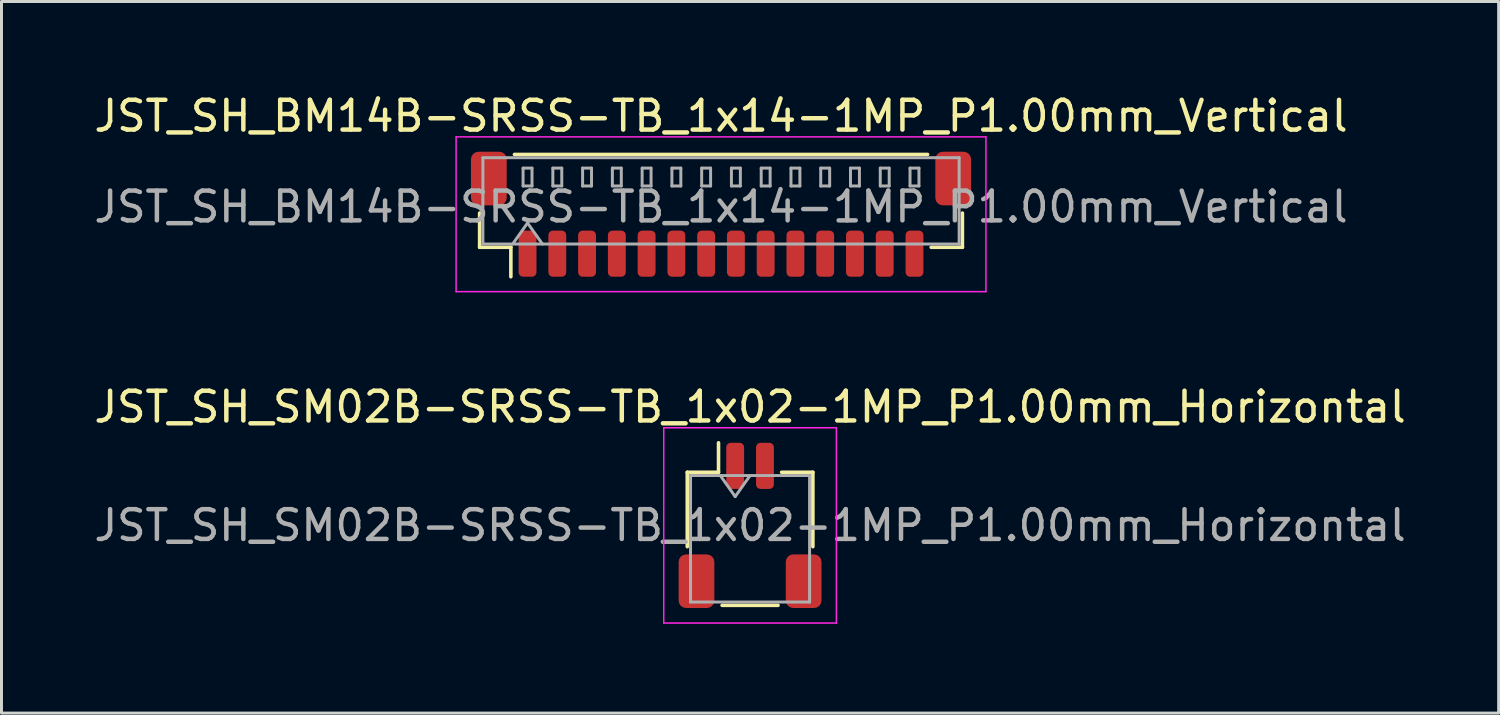
<source format=kicad_pcb>
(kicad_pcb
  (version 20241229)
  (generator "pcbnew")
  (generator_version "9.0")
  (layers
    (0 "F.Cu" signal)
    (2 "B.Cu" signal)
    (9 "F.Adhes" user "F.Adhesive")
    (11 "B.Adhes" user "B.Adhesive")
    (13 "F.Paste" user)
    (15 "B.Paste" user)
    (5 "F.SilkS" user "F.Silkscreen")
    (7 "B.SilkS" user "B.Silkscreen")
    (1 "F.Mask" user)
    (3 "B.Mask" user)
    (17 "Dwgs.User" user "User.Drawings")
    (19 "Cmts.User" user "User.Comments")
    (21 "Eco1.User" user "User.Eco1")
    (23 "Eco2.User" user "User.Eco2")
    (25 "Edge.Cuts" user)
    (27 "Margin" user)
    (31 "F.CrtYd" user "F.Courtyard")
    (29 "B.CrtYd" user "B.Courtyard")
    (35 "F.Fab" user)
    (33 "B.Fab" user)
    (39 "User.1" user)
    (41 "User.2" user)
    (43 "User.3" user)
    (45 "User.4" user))
  (footprint "JST_SH_BM14B-SRSS-TB_1x14-1MP_P1.00mm_Vertical"
    (layer "F.Cu")
    (at 21.173 4.148)
    (property "Reference" "JST_SH_BM14B-SRSS-TB_1x14-1MP_P1.00mm_Vertical" (at 0 -3.3 0) (layer "F.SilkS") (effects (font (size 1 1) (thickness 0.15))))
    (attr smd)
    (fp_line (start -8.11 -0.04) (end -8.11 1.11) (stroke (width 0.12) (type solid)) (layer "F.SilkS"))
    (fp_line (start -8.11 1.11) (end -7.06 1.11) (stroke (width 0.12) (type solid)) (layer "F.SilkS"))
    (fp_line (start -7.06 1.11) (end -7.06 2.1) (stroke (width 0.12) (type solid)) (layer "F.SilkS"))
    (fp_line (start -6.94 -2.01) (end 6.94 -2.01) (stroke (width 0.12) (type solid)) (layer "F.SilkS"))
    (fp_line (start 8.11 -0.04) (end 8.11 1.11) (stroke (width 0.12) (type solid)) (layer "F.SilkS"))
    (fp_line (start 8.11 1.11) (end 7.06 1.11) (stroke (width 0.12) (type solid)) (layer "F.SilkS"))
    (fp_line (start -8.9 -2.6) (end -8.9 2.6) (stroke (width 0.05) (type solid)) (layer "F.CrtYd"))
    (fp_line (start -8.9 2.6) (end 8.9 2.6) (stroke (width 0.05) (type solid)) (layer "F.CrtYd"))
    (fp_line (start 8.9 -2.6) (end -8.9 -2.6) (stroke (width 0.05) (type solid)) (layer "F.CrtYd"))
    (fp_line (start 8.9 2.6) (end 8.9 -2.6) (stroke (width 0.05) (type solid)) (layer "F.CrtYd"))
    (fp_line (start -8 -1.9) (end 8 -1.9) (stroke (width 0.1) (type solid)) (layer "F.Fab"))
    (fp_line (start -8 1) (end -8 -1.9) (stroke (width 0.1) (type solid)) (layer "F.Fab"))
    (fp_line (start -8 1) (end 8 1) (stroke (width 0.1) (type solid)) (layer "F.Fab"))
    (fp_line (start -7 1) (end -6.5 0.293) (stroke (width 0.1) (type solid)) (layer "F.Fab"))
    (fp_line (start -6.65 -1.55) (end -6.65 -0.95) (stroke (width 0.1) (type solid)) (layer "F.Fab"))
    (fp_line (start -6.65 -0.95) (end -6.35 -0.95) (stroke (width 0.1) (type solid)) (layer "F.Fab"))
    (fp_line (start -6.5 0.293) (end -6 1) (stroke (width 0.1) (type solid)) (layer "F.Fab"))
    (fp_line (start -6.35 -1.55) (end -6.65 -1.55) (stroke (width 0.1) (type solid)) (layer "F.Fab"))
    (fp_line (start -6.35 -0.95) (end -6.35 -1.55) (stroke (width 0.1) (type solid)) (layer "F.Fab"))
    (fp_line (start -5.65 -1.55) (end -5.65 -0.95) (stroke (width 0.1) (type solid)) (layer "F.Fab"))
    (fp_line (start -5.65 -0.95) (end -5.35 -0.95) (stroke (width 0.1) (type solid)) (layer "F.Fab"))
    (fp_line (start -5.35 -1.55) (end -5.65 -1.55) (stroke (width 0.1) (type solid)) (layer "F.Fab"))
    (fp_line (start -5.35 -0.95) (end -5.35 -1.55) (stroke (width 0.1) (type solid)) (layer "F.Fab"))
    (fp_line (start -4.65 -1.55) (end -4.65 -0.95) (stroke (width 0.1) (type solid)) (layer "F.Fab"))
    (fp_line (start -4.65 -0.95) (end -4.35 -0.95) (stroke (width 0.1) (type solid)) (layer "F.Fab"))
    (fp_line (start -4.35 -1.55) (end -4.65 -1.55) (stroke (width 0.1) (type solid)) (layer "F.Fab"))
    (fp_line (start -4.35 -0.95) (end -4.35 -1.55) (stroke (width 0.1) (type solid)) (layer "F.Fab"))
    (fp_line (start -3.65 -1.55) (end -3.65 -0.95) (stroke (width 0.1) (type solid)) (layer "F.Fab"))
    (fp_line (start -3.65 -0.95) (end -3.35 -0.95) (stroke (width 0.1) (type solid)) (layer "F.Fab"))
    (fp_line (start -3.35 -1.55) (end -3.65 -1.55) (stroke (width 0.1) (type solid)) (layer "F.Fab"))
    (fp_line (start -3.35 -0.95) (end -3.35 -1.55) (stroke (width 0.1) (type solid)) (layer "F.Fab"))
    (fp_line (start -2.65 -1.55) (end -2.65 -0.95) (stroke (width 0.1) (type solid)) (layer "F.Fab"))
    (fp_line (start -2.65 -0.95) (end -2.35 -0.95) (stroke (width 0.1) (type solid)) (layer "F.Fab"))
    (fp_line (start -2.35 -1.55) (end -2.65 -1.55) (stroke (width 0.1) (type solid)) (layer "F.Fab"))
    (fp_line (start -2.35 -0.95) (end -2.35 -1.55) (stroke (width 0.1) (type solid)) (layer "F.Fab"))
    (fp_line (start -1.65 -1.55) (end -1.65 -0.95) (stroke (width 0.1) (type solid)) (layer "F.Fab"))
    (fp_line (start -1.65 -0.95) (end -1.35 -0.95) (stroke (width 0.1) (type solid)) (layer "F.Fab"))
    (fp_line (start -1.35 -1.55) (end -1.65 -1.55) (stroke (width 0.1) (type solid)) (layer "F.Fab"))
    (fp_line (start -1.35 -0.95) (end -1.35 -1.55) (stroke (width 0.1) (type solid)) (layer "F.Fab"))
    (fp_line (start -0.65 -1.55) (end -0.65 -0.95) (stroke (width 0.1) (type solid)) (layer "F.Fab"))
    (fp_line (start -0.65 -0.95) (end -0.35 -0.95) (stroke (width 0.1) (type solid)) (layer "F.Fab"))
    (fp_line (start -0.35 -1.55) (end -0.65 -1.55) (stroke (width 0.1) (type solid)) (layer "F.Fab"))
    (fp_line (start -0.35 -0.95) (end -0.35 -1.55) (stroke (width 0.1) (type solid)) (layer "F.Fab"))
    (fp_line (start 0.35 -1.55) (end 0.35 -0.95) (stroke (width 0.1) (type solid)) (layer "F.Fab"))
    (fp_line (start 0.35 -0.95) (end 0.65 -0.95) (stroke (width 0.1) (type solid)) (layer "F.Fab"))
    (fp_line (start 0.65 -1.55) (end 0.35 -1.55) (stroke (width 0.1) (type solid)) (layer "F.Fab"))
    (fp_line (start 0.65 -0.95) (end 0.65 -1.55) (stroke (width 0.1) (type solid)) (layer "F.Fab"))
    (fp_line (start 1.35 -1.55) (end 1.35 -0.95) (stroke (width 0.1) (type solid)) (layer "F.Fab"))
    (fp_line (start 1.35 -0.95) (end 1.65 -0.95) (stroke (width 0.1) (type solid)) (layer "F.Fab"))
    (fp_line (start 1.65 -1.55) (end 1.35 -1.55) (stroke (width 0.1) (type solid)) (layer "F.Fab"))
    (fp_line (start 1.65 -0.95) (end 1.65 -1.55) (stroke (width 0.1) (type solid)) (layer "F.Fab"))
    (fp_line (start 2.35 -1.55) (end 2.35 -0.95) (stroke (width 0.1) (type solid)) (layer "F.Fab"))
    (fp_line (start 2.35 -0.95) (end 2.65 -0.95) (stroke (width 0.1) (type solid)) (layer "F.Fab"))
    (fp_line (start 2.65 -1.55) (end 2.35 -1.55) (stroke (width 0.1) (type solid)) (layer "F.Fab"))
    (fp_line (start 2.65 -0.95) (end 2.65 -1.55) (stroke (width 0.1) (type solid)) (layer "F.Fab"))
    (fp_line (start 3.35 -1.55) (end 3.35 -0.95) (stroke (width 0.1) (type solid)) (layer "F.Fab"))
    (fp_line (start 3.35 -0.95) (end 3.65 -0.95) (stroke (width 0.1) (type solid)) (layer "F.Fab"))
    (fp_line (start 3.65 -1.55) (end 3.35 -1.55) (stroke (width 0.1) (type solid)) (layer "F.Fab"))
    (fp_line (start 3.65 -0.95) (end 3.65 -1.55) (stroke (width 0.1) (type solid)) (layer "F.Fab"))
    (fp_line (start 4.35 -1.55) (end 4.35 -0.95) (stroke (width 0.1) (type solid)) (layer "F.Fab"))
    (fp_line (start 4.35 -0.95) (end 4.65 -0.95) (stroke (width 0.1) (type solid)) (layer "F.Fab"))
    (fp_line (start 4.65 -1.55) (end 4.35 -1.55) (stroke (width 0.1) (type solid)) (layer "F.Fab"))
    (fp_line (start 4.65 -0.95) (end 4.65 -1.55) (stroke (width 0.1) (type solid)) (layer "F.Fab"))
    (fp_line (start 5.35 -1.55) (end 5.35 -0.95) (stroke (width 0.1) (type solid)) (layer "F.Fab"))
    (fp_line (start 5.35 -0.95) (end 5.65 -0.95) (stroke (width 0.1) (type solid)) (layer "F.Fab"))
    (fp_line (start 5.65 -1.55) (end 5.35 -1.55) (stroke (width 0.1) (type solid)) (layer "F.Fab"))
    (fp_line (start 5.65 -0.95) (end 5.65 -1.55) (stroke (width 0.1) (type solid)) (layer "F.Fab"))
    (fp_line (start 6.35 -1.55) (end 6.35 -0.95) (stroke (width 0.1) (type solid)) (layer "F.Fab"))
    (fp_line (start 6.35 -0.95) (end 6.65 -0.95) (stroke (width 0.1) (type solid)) (layer "F.Fab"))
    (fp_line (start 6.65 -1.55) (end 6.35 -1.55) (stroke (width 0.1) (type solid)) (layer "F.Fab"))
    (fp_line (start 6.65 -0.95) (end 6.65 -1.55) (stroke (width 0.1) (type solid)) (layer "F.Fab"))
    (fp_line (start 8 1) (end 8 -1.9) (stroke (width 0.1) (type solid)) (layer "F.Fab"))
    (fp_text user "${REFERENCE}" (at 0 -0.25 0) (layer "F.Fab") (effects (font (size 1 1) (thickness 0.15))))
    (pad "1" smd roundrect (at -6.5 1.325) (size 0.6 1.55) (layers "F.Cu" "F.Mask" "F.Paste") (roundrect_rratio 0.25))
    (pad "2" smd roundrect (at -5.5 1.325) (size 0.6 1.55) (layers "F.Cu" "F.Mask" "F.Paste") (roundrect_rratio 0.25))
    (pad "3" smd roundrect (at -4.5 1.325) (size 0.6 1.55) (layers "F.Cu" "F.Mask" "F.Paste") (roundrect_rratio 0.25))
    (pad "4" smd roundrect (at -3.5 1.325) (size 0.6 1.55) (layers "F.Cu" "F.Mask" "F.Paste") (roundrect_rratio 0.25))
    (pad "5" smd roundrect (at -2.5 1.325) (size 0.6 1.55) (layers "F.Cu" "F.Mask" "F.Paste") (roundrect_rratio 0.25))
    (pad "6" smd roundrect (at -1.5 1.325) (size 0.6 1.55) (layers "F.Cu" "F.Mask" "F.Paste") (roundrect_rratio 0.25))
    (pad "7" smd roundrect (at -0.5 1.325) (size 0.6 1.55) (layers "F.Cu" "F.Mask" "F.Paste") (roundrect_rratio 0.25))
    (pad "8" smd roundrect (at 0.5 1.325) (size 0.6 1.55) (layers "F.Cu" "F.Mask" "F.Paste") (roundrect_rratio 0.25))
    (pad "9" smd roundrect (at 1.5 1.325) (size 0.6 1.55) (layers "F.Cu" "F.Mask" "F.Paste") (roundrect_rratio 0.25))
    (pad "10" smd roundrect (at 2.5 1.325) (size 0.6 1.55) (layers "F.Cu" "F.Mask" "F.Paste") (roundrect_rratio 0.25))
    (pad "11" smd roundrect (at 3.5 1.325) (size 0.6 1.55) (layers "F.Cu" "F.Mask" "F.Paste") (roundrect_rratio 0.25))
    (pad "12" smd roundrect (at 4.5 1.325) (size 0.6 1.55) (layers "F.Cu" "F.Mask" "F.Paste") (roundrect_rratio 0.25))
    (pad "13" smd roundrect (at 5.5 1.325) (size 0.6 1.55) (layers "F.Cu" "F.Mask" "F.Paste") (roundrect_rratio 0.25))
    (pad "14" smd roundrect (at 6.5 1.325) (size 0.6 1.55) (layers "F.Cu" "F.Mask" "F.Paste") (roundrect_rratio 0.25))
    (pad "MP" smd roundrect (at -7.8 -1.2) (size 1.2 1.8) (layers "F.Cu" "F.Mask" "F.Paste") (roundrect_rratio 0.208))
    (pad "MP" smd roundrect (at 7.8 -1.2) (size 1.2 1.8) (layers "F.Cu" "F.Mask" "F.Paste") (roundrect_rratio 0.208)))
  (footprint "JST_SH_SM02B-SRSS-TB_1x02-1MP_P1.00mm_Horizontal"
    (layer "F.Cu")
    (at 22.149 14.601)
    (property "Reference" "JST_SH_SM02B-SRSS-TB_1x02-1MP_P1.00mm_Horizontal" (at 0 -3.98 0) (layer "F.SilkS") (effects (font (size 1 1) (thickness 0.15))))
    (attr smd)
    (fp_line (start -2.11 -1.785) (end -1.06 -1.785) (stroke (width 0.12) (type solid)) (layer "F.SilkS"))
    (fp_line (start -2.11 0.715) (end -2.11 -1.785) (stroke (width 0.12) (type solid)) (layer "F.SilkS"))
    (fp_line (start -1.06 -1.785) (end -1.06 -2.775) (stroke (width 0.12) (type solid)) (layer "F.SilkS"))
    (fp_line (start -0.94 2.685) (end 0.94 2.685) (stroke (width 0.12) (type solid)) (layer "F.SilkS"))
    (fp_line (start 2.11 -1.785) (end 1.06 -1.785) (stroke (width 0.12) (type solid)) (layer "F.SilkS"))
    (fp_line (start 2.11 0.715) (end 2.11 -1.785) (stroke (width 0.12) (type solid)) (layer "F.SilkS"))
    (fp_line (start -2.9 -3.28) (end -2.9 3.28) (stroke (width 0.05) (type solid)) (layer "F.CrtYd"))
    (fp_line (start -2.9 3.28) (end 2.9 3.28) (stroke (width 0.05) (type solid)) (layer "F.CrtYd"))
    (fp_line (start 2.9 -3.28) (end -2.9 -3.28) (stroke (width 0.05) (type solid)) (layer "F.CrtYd"))
    (fp_line (start 2.9 3.28) (end 2.9 -3.28) (stroke (width 0.05) (type solid)) (layer "F.CrtYd"))
    (fp_line (start -2 -1.675) (end -2 2.575) (stroke (width 0.1) (type solid)) (layer "F.Fab"))
    (fp_line (start -2 -1.675) (end 2 -1.675) (stroke (width 0.1) (type solid)) (layer "F.Fab"))
    (fp_line (start -2 2.575) (end 2 2.575) (stroke (width 0.1) (type solid)) (layer "F.Fab"))
    (fp_line (start -1 -1.675) (end -0.5 -0.968) (stroke (width 0.1) (type solid)) (layer "F.Fab"))
    (fp_line (start -0.5 -0.968) (end 0 -1.675) (stroke (width 0.1) (type solid)) (layer "F.Fab"))
    (fp_line (start 2 -1.675) (end 2 2.575) (stroke (width 0.1) (type solid)) (layer "F.Fab"))
    (fp_text user "${REFERENCE}" (at 0 0 0) (layer "F.Fab") (effects (font (size 1 1) (thickness 0.15))))
    (pad "1" smd roundrect (at -0.5 -2) (size 0.6 1.55) (layers "F.Cu" "F.Mask" "F.Paste") (roundrect_rratio 0.25))
    (pad "2" smd roundrect (at 0.5 -2) (size 0.6 1.55) (layers "F.Cu" "F.Mask" "F.Paste") (roundrect_rratio 0.25))
    (pad "MP" smd roundrect (at -1.8 1.875) (size 1.2 1.8) (layers "F.Cu" "F.Mask" "F.Paste") (roundrect_rratio 0.208))
    (pad "MP" smd roundrect (at 1.8 1.875) (size 1.2 1.8) (layers "F.Cu" "F.Mask" "F.Paste") (roundrect_rratio 0.208)))
  (gr_rect
    (start -3 -3)
    (end 47.298 20.907)
    (stroke (width 0.1) (type default))
    (fill no)
    (layer "Edge.Cuts")))
</source>
